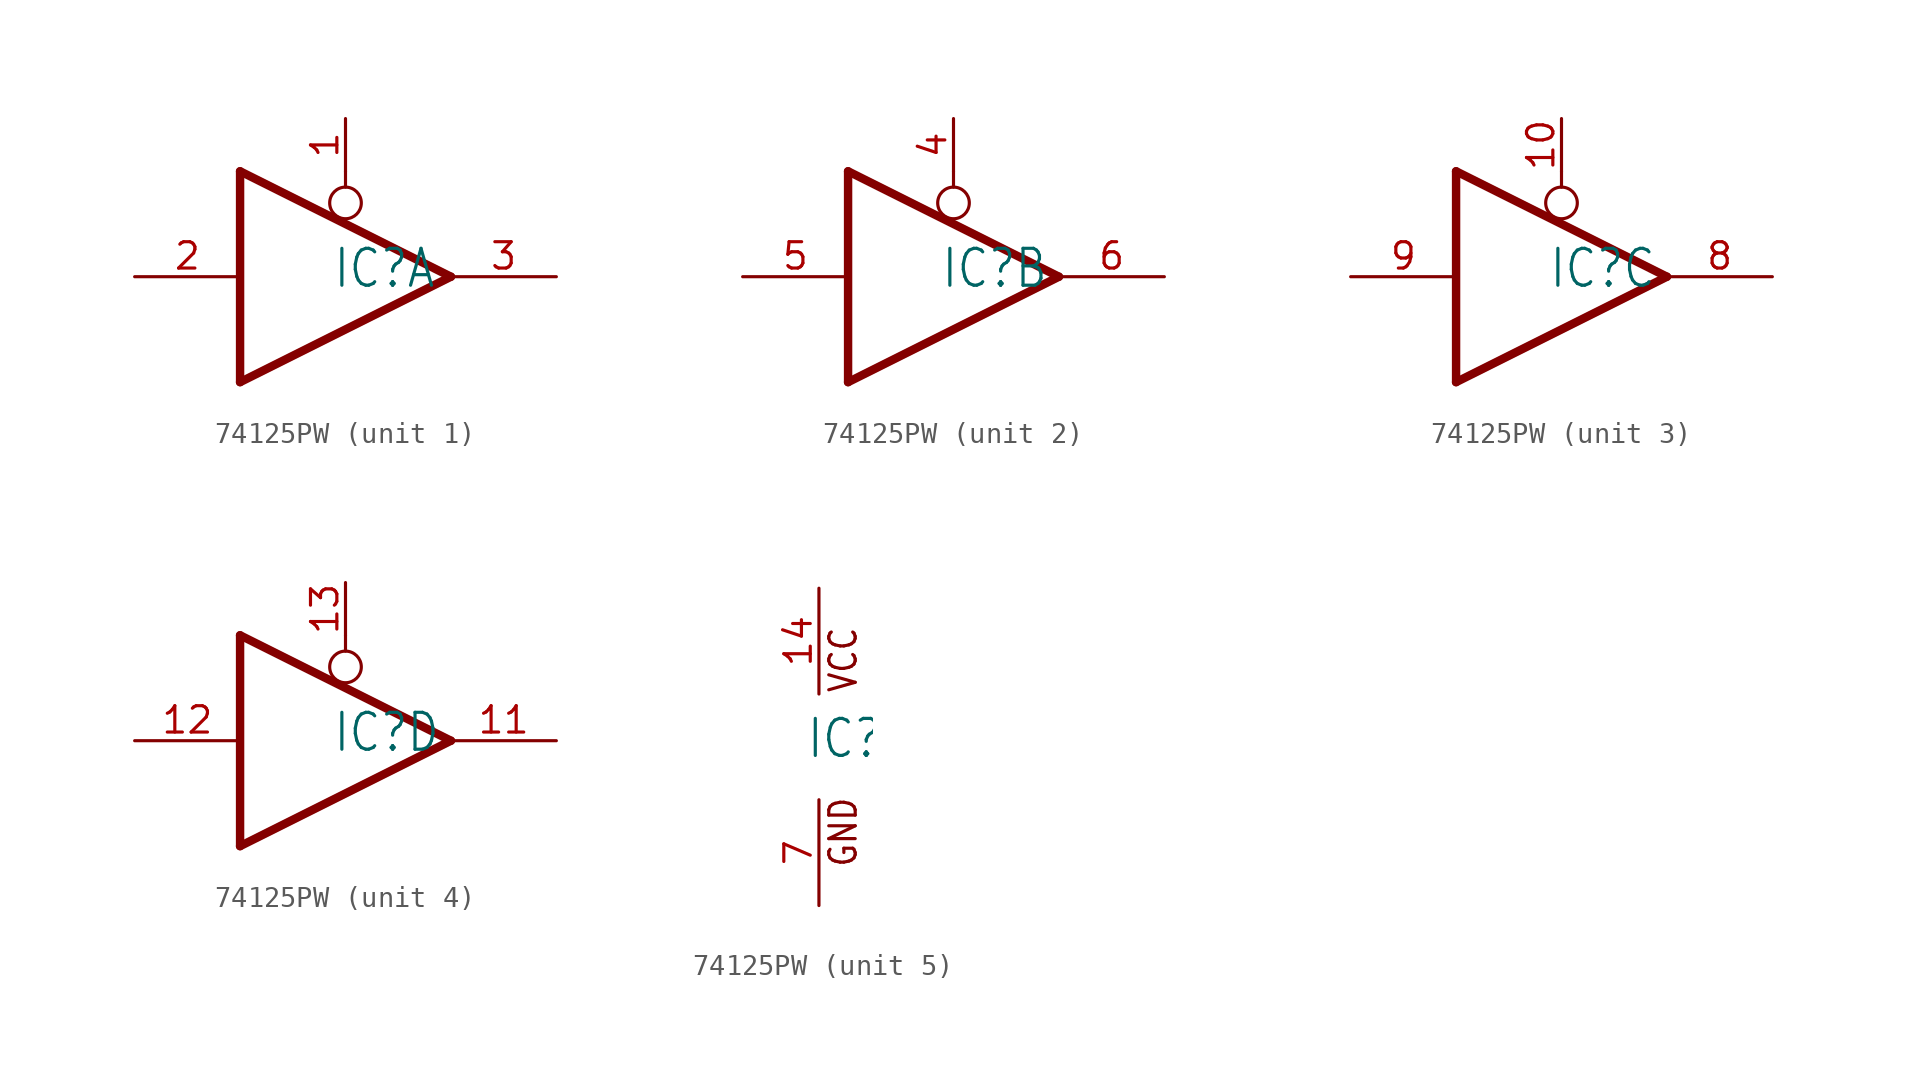
<source format=kicad_sym>
(kicad_symbol_lib
  (version 20211014)
  (generator kicad_symbol_editor)
  (symbol "74125PW"
    (property "Reference" "IC"
      (at -0.635 -0.635 0)
      (effects (font (size 1.778 1.511)) (justify left bottom)))
    (property "ki_locked" ""
      (at 0 0 0)
      (effects (font (size 1.27 1.27))))
    (symbol "74125PW_1_0"
      (polyline (pts (xy -5.08 -5.08) (xy -5.08 5.08)) (stroke (width 0.406) (type default) (color 0 0 0 0)) (fill (type none)))
      (polyline (pts (xy 0 4.318) (xy 0 5.08)) (stroke (width 0.152) (type default) (color 0 0 0 0)) (fill (type none)))
      (polyline (pts (xy 5.08 0) (xy -5.08 -5.08)) (stroke (width 0.406) (type default) (color 0 0 0 0)) (fill (type none)))
      (polyline (pts (xy 5.08 0) (xy -5.08 5.08)) (stroke (width 0.406) (type default) (color 0 0 0 0)) (fill (type none)))
      (circle (center 0 3.556) (radius 0.762) (stroke (width 0.152) (type default) (color 0 0 0 0)) (fill (type none)))
      (pin input line (at 0 7.62 270) (length 2.54) (name "OE" (effects (font (size 0 0)))) (number "1" (effects (font (size 1.27 1.27)))))
      (pin input line (at -10.16 0 0) (length 5.08) (name "I" (effects (font (size 0 0)))) (number "2" (effects (font (size 1.27 1.27)))))
      (pin tri_state line (at 10.16 0 180) (length 5.08) (name "O" (effects (font (size 0 0)))) (number "3" (effects (font (size 1.27 1.27))))))
    (symbol "74125PW_2_0"
      (polyline (pts (xy -5.08 -5.08) (xy -5.08 5.08)) (stroke (width 0.406) (type default) (color 0 0 0 0)) (fill (type none)))
      (polyline (pts (xy 0 4.318) (xy 0 5.08)) (stroke (width 0.152) (type default) (color 0 0 0 0)) (fill (type none)))
      (polyline (pts (xy 5.08 0) (xy -5.08 -5.08)) (stroke (width 0.406) (type default) (color 0 0 0 0)) (fill (type none)))
      (polyline (pts (xy 5.08 0) (xy -5.08 5.08)) (stroke (width 0.406) (type default) (color 0 0 0 0)) (fill (type none)))
      (circle (center 0 3.556) (radius 0.762) (stroke (width 0.152) (type default) (color 0 0 0 0)) (fill (type none)))
      (pin input line (at 0 7.62 270) (length 2.54) (name "OE" (effects (font (size 0 0)))) (number "4" (effects (font (size 1.27 1.27)))))
      (pin input line (at -10.16 0 0) (length 5.08) (name "I" (effects (font (size 0 0)))) (number "5" (effects (font (size 1.27 1.27)))))
      (pin tri_state line (at 10.16 0 180) (length 5.08) (name "O" (effects (font (size 0 0)))) (number "6" (effects (font (size 1.27 1.27))))))
    (symbol "74125PW_3_0"
      (polyline (pts (xy -5.08 -5.08) (xy -5.08 5.08)) (stroke (width 0.406) (type default) (color 0 0 0 0)) (fill (type none)))
      (polyline (pts (xy 0 4.318) (xy 0 5.08)) (stroke (width 0.152) (type default) (color 0 0 0 0)) (fill (type none)))
      (polyline (pts (xy 5.08 0) (xy -5.08 -5.08)) (stroke (width 0.406) (type default) (color 0 0 0 0)) (fill (type none)))
      (polyline (pts (xy 5.08 0) (xy -5.08 5.08)) (stroke (width 0.406) (type default) (color 0 0 0 0)) (fill (type none)))
      (circle (center 0 3.556) (radius 0.762) (stroke (width 0.152) (type default) (color 0 0 0 0)) (fill (type none)))
      (pin input line (at 0 7.62 270) (length 2.54) (name "OE" (effects (font (size 0 0)))) (number "10" (effects (font (size 1.27 1.27)))))
      (pin tri_state line (at 10.16 0 180) (length 5.08) (name "O" (effects (font (size 0 0)))) (number "8" (effects (font (size 1.27 1.27)))))
      (pin input line (at -10.16 0 0) (length 5.08) (name "I" (effects (font (size 0 0)))) (number "9" (effects (font (size 1.27 1.27))))))
    (symbol "74125PW_4_0"
      (polyline (pts (xy -5.08 -5.08) (xy -5.08 5.08)) (stroke (width 0.406) (type default) (color 0 0 0 0)) (fill (type none)))
      (polyline (pts (xy 0 4.318) (xy 0 5.08)) (stroke (width 0.152) (type default) (color 0 0 0 0)) (fill (type none)))
      (polyline (pts (xy 5.08 0) (xy -5.08 -5.08)) (stroke (width 0.406) (type default) (color 0 0 0 0)) (fill (type none)))
      (polyline (pts (xy 5.08 0) (xy -5.08 5.08)) (stroke (width 0.406) (type default) (color 0 0 0 0)) (fill (type none)))
      (circle (center 0 3.556) (radius 0.762) (stroke (width 0.152) (type default) (color 0 0 0 0)) (fill (type none)))
      (pin tri_state line (at 10.16 0 180) (length 5.08) (name "O" (effects (font (size 0 0)))) (number "11" (effects (font (size 1.27 1.27)))))
      (pin input line (at -10.16 0 0) (length 5.08) (name "I" (effects (font (size 0 0)))) (number "12" (effects (font (size 1.27 1.27)))))
      (pin input line (at 0 7.62 270) (length 2.54) (name "OE" (effects (font (size 0 0)))) (number "13" (effects (font (size 1.27 1.27))))))
    (symbol "74125PW_5_0"
      (text "GND" (at 1.905 -5.842 900) (effects (font (size 1.27 1.079)) (justify left bottom)))
      (text "VCC" (at 1.905 2.54 900) (effects (font (size 1.27 1.079)) (justify left bottom)))
      (pin power_in line (at 0 7.62 270) (length 5.08) (name "VCC" (effects (font (size 0 0)))) (number "14" (effects (font (size 1.27 1.27)))))
      (pin power_in line (at 0 -7.62 90) (length 5.08) (name "GND" (effects (font (size 0 0)))) (number "7" (effects (font (size 1.27 1.27))))))))
</source>
